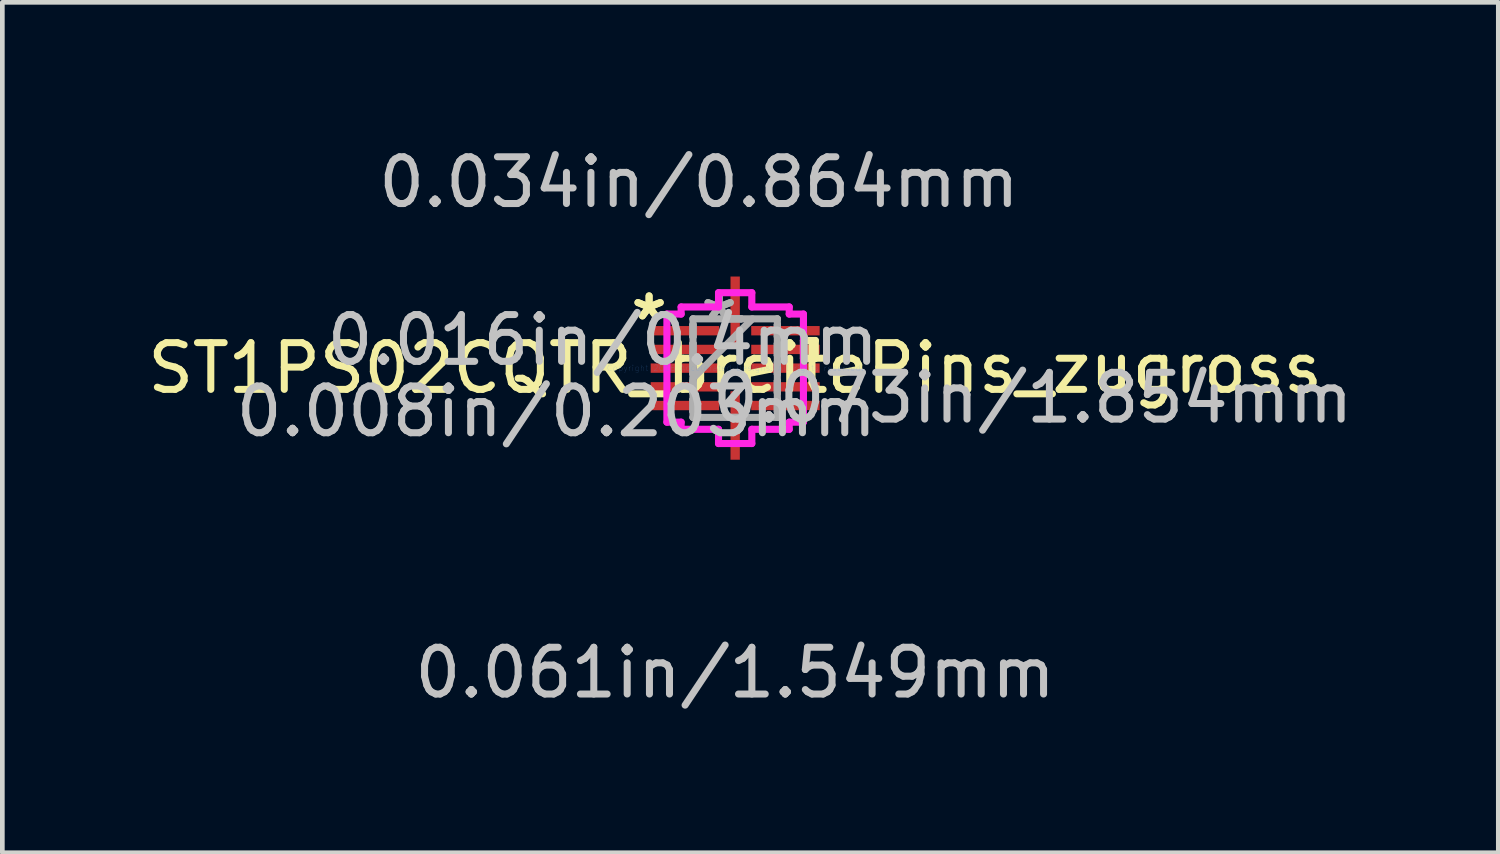
<source format=kicad_pcb>
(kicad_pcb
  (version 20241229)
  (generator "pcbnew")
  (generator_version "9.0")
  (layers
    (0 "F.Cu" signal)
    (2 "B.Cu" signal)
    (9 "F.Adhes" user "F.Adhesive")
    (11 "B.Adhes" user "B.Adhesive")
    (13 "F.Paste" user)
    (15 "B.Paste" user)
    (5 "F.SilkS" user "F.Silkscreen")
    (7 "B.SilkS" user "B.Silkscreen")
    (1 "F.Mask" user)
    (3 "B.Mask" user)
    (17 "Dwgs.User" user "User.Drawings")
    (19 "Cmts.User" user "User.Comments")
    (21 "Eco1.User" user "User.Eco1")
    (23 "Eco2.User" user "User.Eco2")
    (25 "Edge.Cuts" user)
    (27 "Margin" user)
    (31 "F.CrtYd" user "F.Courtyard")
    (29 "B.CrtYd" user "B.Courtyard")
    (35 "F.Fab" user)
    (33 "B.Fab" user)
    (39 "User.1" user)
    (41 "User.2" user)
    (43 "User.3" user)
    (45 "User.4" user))
  (footprint "ST1PS02CQTR_breitePins_zugross"
    (layer "F.Cu")
    (at 12.673 4.823)
    (property "Reference" "ST1PS02CQTR_breitePins_zugross" (at 0 0 0) (layer "F.SilkS") (effects (font (size 1 1) (thickness 0.15))))
    (attr through_hole)
    (fp_line (start 1.46 -0.591) (end 1.714 -0.591) (stroke (width 0.152) (type solid)) (layer "F.SilkS"))
    (fp_line (start 1.46 -0.21) (end 1.46 -0.591) (stroke (width 0.152) (type solid)) (layer "F.SilkS"))
    (fp_line (start 1.714 -0.591) (end 1.714 -0.21) (stroke (width 0.152) (type solid)) (layer "F.SilkS"))
    (fp_line (start 1.714 -0.21) (end 1.46 -0.21) (stroke (width 0.152) (type solid)) (layer "F.SilkS"))
    (fp_line (start -1.46 -1.156) (end -1.156 -1.156) (stroke (width 0.152) (type solid)) (layer "F.CrtYd"))
    (fp_line (start -1.46 1.156) (end -1.46 -1.156) (stroke (width 0.152) (type solid)) (layer "F.CrtYd"))
    (fp_line (start -1.156 -1.308) (end -0.356 -1.308) (stroke (width 0.152) (type solid)) (layer "F.CrtYd"))
    (fp_line (start -1.156 -1.156) (end -1.156 -1.308) (stroke (width 0.152) (type solid)) (layer "F.CrtYd"))
    (fp_line (start -1.156 1.156) (end -1.46 1.156) (stroke (width 0.152) (type solid)) (layer "F.CrtYd"))
    (fp_line (start -1.156 1.308) (end -1.156 1.156) (stroke (width 0.152) (type solid)) (layer "F.CrtYd"))
    (fp_line (start -0.356 -1.613) (end 0.356 -1.613) (stroke (width 0.152) (type solid)) (layer "F.CrtYd"))
    (fp_line (start -0.356 -1.308) (end -0.356 -1.613) (stroke (width 0.152) (type solid)) (layer "F.CrtYd"))
    (fp_line (start -0.356 1.308) (end -1.156 1.308) (stroke (width 0.152) (type solid)) (layer "F.CrtYd"))
    (fp_line (start -0.356 1.613) (end -0.356 1.308) (stroke (width 0.152) (type solid)) (layer "F.CrtYd"))
    (fp_line (start 0.356 -1.613) (end 0.356 -1.308) (stroke (width 0.152) (type solid)) (layer "F.CrtYd"))
    (fp_line (start 0.356 -1.308) (end 1.156 -1.308) (stroke (width 0.152) (type solid)) (layer "F.CrtYd"))
    (fp_line (start 0.356 1.308) (end 0.356 1.613) (stroke (width 0.152) (type solid)) (layer "F.CrtYd"))
    (fp_line (start 0.356 1.613) (end -0.356 1.613) (stroke (width 0.152) (type solid)) (layer "F.CrtYd"))
    (fp_line (start 1.156 -1.308) (end 1.156 -1.156) (stroke (width 0.152) (type solid)) (layer "F.CrtYd"))
    (fp_line (start 1.156 -1.156) (end 1.46 -1.156) (stroke (width 0.152) (type solid)) (layer "F.CrtYd"))
    (fp_line (start 1.156 1.156) (end 1.156 1.308) (stroke (width 0.152) (type solid)) (layer "F.CrtYd"))
    (fp_line (start 1.156 1.308) (end 0.356 1.308) (stroke (width 0.152) (type solid)) (layer "F.CrtYd"))
    (fp_line (start 1.46 -1.156) (end 1.46 1.156) (stroke (width 0.152) (type solid)) (layer "F.CrtYd"))
    (fp_line (start 1.46 1.156) (end 1.156 1.156) (stroke (width 0.152) (type solid)) (layer "F.CrtYd"))
    (fp_line (start -0.902 -1.054) (end -0.902 -1.054) (stroke (width 0.152) (type solid)) (layer "F.Fab"))
    (fp_line (start -0.902 -1.054) (end -0.902 1.054) (stroke (width 0.152) (type solid)) (layer "F.Fab"))
    (fp_line (start -0.902 -0.927) (end -0.902 -0.927) (stroke (width 0.152) (type solid)) (layer "F.Fab"))
    (fp_line (start -0.902 -0.927) (end -0.902 -0.673) (stroke (width 0.152) (type solid)) (layer "F.Fab"))
    (fp_line (start -0.902 -0.673) (end -0.902 -0.927) (stroke (width 0.152) (type solid)) (layer "F.Fab"))
    (fp_line (start -0.902 -0.673) (end -0.902 -0.673) (stroke (width 0.152) (type solid)) (layer "F.Fab"))
    (fp_line (start -0.902 -0.527) (end -0.902 -0.527) (stroke (width 0.152) (type solid)) (layer "F.Fab"))
    (fp_line (start -0.902 -0.527) (end -0.902 -0.273) (stroke (width 0.152) (type solid)) (layer "F.Fab"))
    (fp_line (start -0.902 -0.273) (end -0.902 -0.527) (stroke (width 0.152) (type solid)) (layer "F.Fab"))
    (fp_line (start -0.902 -0.273) (end -0.902 -0.273) (stroke (width 0.152) (type solid)) (layer "F.Fab"))
    (fp_line (start -0.902 -0.127) (end -0.902 -0.127) (stroke (width 0.152) (type solid)) (layer "F.Fab"))
    (fp_line (start -0.902 -0.127) (end -0.902 0.127) (stroke (width 0.152) (type solid)) (layer "F.Fab"))
    (fp_line (start -0.902 0.127) (end -0.902 -0.127) (stroke (width 0.152) (type solid)) (layer "F.Fab"))
    (fp_line (start -0.902 0.127) (end -0.902 0.127) (stroke (width 0.152) (type solid)) (layer "F.Fab"))
    (fp_line (start -0.902 0.216) (end 0.368 -1.054) (stroke (width 0.152) (type solid)) (layer "F.Fab"))
    (fp_line (start -0.902 0.273) (end -0.902 0.273) (stroke (width 0.152) (type solid)) (layer "F.Fab"))
    (fp_line (start -0.902 0.273) (end -0.902 0.527) (stroke (width 0.152) (type solid)) (layer "F.Fab"))
    (fp_line (start -0.902 0.527) (end -0.902 0.273) (stroke (width 0.152) (type solid)) (layer "F.Fab"))
    (fp_line (start -0.902 0.527) (end -0.902 0.527) (stroke (width 0.152) (type solid)) (layer "F.Fab"))
    (fp_line (start -0.902 0.673) (end -0.902 0.673) (stroke (width 0.152) (type solid)) (layer "F.Fab"))
    (fp_line (start -0.902 0.673) (end -0.902 0.927) (stroke (width 0.152) (type solid)) (layer "F.Fab"))
    (fp_line (start -0.902 0.927) (end -0.902 0.673) (stroke (width 0.152) (type solid)) (layer "F.Fab"))
    (fp_line (start -0.902 0.927) (end -0.902 0.927) (stroke (width 0.152) (type solid)) (layer "F.Fab"))
    (fp_line (start -0.902 1.054) (end -0.902 1.054) (stroke (width 0.152) (type solid)) (layer "F.Fab"))
    (fp_line (start -0.902 1.054) (end 0.902 1.054) (stroke (width 0.152) (type solid)) (layer "F.Fab"))
    (fp_line (start -0.127 -1.054) (end -0.127 -1.054) (stroke (width 0.152) (type solid)) (layer "F.Fab"))
    (fp_line (start -0.127 -1.054) (end 0.127 -1.054) (stroke (width 0.152) (type solid)) (layer "F.Fab"))
    (fp_line (start -0.127 1.054) (end -0.127 1.054) (stroke (width 0.152) (type solid)) (layer "F.Fab"))
    (fp_line (start -0.127 1.054) (end 0.127 1.054) (stroke (width 0.152) (type solid)) (layer "F.Fab"))
    (fp_line (start 0.127 -1.054) (end -0.127 -1.054) (stroke (width 0.152) (type solid)) (layer "F.Fab"))
    (fp_line (start 0.127 -1.054) (end 0.127 -1.054) (stroke (width 0.152) (type solid)) (layer "F.Fab"))
    (fp_line (start 0.127 1.054) (end -0.127 1.054) (stroke (width 0.152) (type solid)) (layer "F.Fab"))
    (fp_line (start 0.127 1.054) (end 0.127 1.054) (stroke (width 0.152) (type solid)) (layer "F.Fab"))
    (fp_line (start 0.902 -1.054) (end -0.902 -1.054) (stroke (width 0.152) (type solid)) (layer "F.Fab"))
    (fp_line (start 0.902 -1.054) (end 0.902 -1.054) (stroke (width 0.152) (type solid)) (layer "F.Fab"))
    (fp_line (start 0.902 -0.927) (end 0.902 -0.927) (stroke (width 0.152) (type solid)) (layer "F.Fab"))
    (fp_line (start 0.902 -0.927) (end 0.902 -0.673) (stroke (width 0.152) (type solid)) (layer "F.Fab"))
    (fp_line (start 0.902 -0.673) (end 0.902 -0.927) (stroke (width 0.152) (type solid)) (layer "F.Fab"))
    (fp_line (start 0.902 -0.673) (end 0.902 -0.673) (stroke (width 0.152) (type solid)) (layer "F.Fab"))
    (fp_line (start 0.902 -0.527) (end 0.902 -0.527) (stroke (width 0.152) (type solid)) (layer "F.Fab"))
    (fp_line (start 0.902 -0.527) (end 0.902 -0.273) (stroke (width 0.152) (type solid)) (layer "F.Fab"))
    (fp_line (start 0.902 -0.273) (end 0.902 -0.527) (stroke (width 0.152) (type solid)) (layer "F.Fab"))
    (fp_line (start 0.902 -0.273) (end 0.902 -0.273) (stroke (width 0.152) (type solid)) (layer "F.Fab"))
    (fp_line (start 0.902 -0.127) (end 0.902 -0.127) (stroke (width 0.152) (type solid)) (layer "F.Fab"))
    (fp_line (start 0.902 -0.127) (end 0.902 0.127) (stroke (width 0.152) (type solid)) (layer "F.Fab"))
    (fp_line (start 0.902 0.127) (end 0.902 -0.127) (stroke (width 0.152) (type solid)) (layer "F.Fab"))
    (fp_line (start 0.902 0.127) (end 0.902 0.127) (stroke (width 0.152) (type solid)) (layer "F.Fab"))
    (fp_line (start 0.902 0.273) (end 0.902 0.273) (stroke (width 0.152) (type solid)) (layer "F.Fab"))
    (fp_line (start 0.902 0.273) (end 0.902 0.527) (stroke (width 0.152) (type solid)) (layer "F.Fab"))
    (fp_line (start 0.902 0.527) (end 0.902 0.273) (stroke (width 0.152) (type solid)) (layer "F.Fab"))
    (fp_line (start 0.902 0.527) (end 0.902 0.527) (stroke (width 0.152) (type solid)) (layer "F.Fab"))
    (fp_line (start 0.902 0.673) (end 0.902 0.673) (stroke (width 0.152) (type solid)) (layer "F.Fab"))
    (fp_line (start 0.902 0.673) (end 0.902 0.927) (stroke (width 0.152) (type solid)) (layer "F.Fab"))
    (fp_line (start 0.902 0.927) (end 0.902 0.673) (stroke (width 0.152) (type solid)) (layer "F.Fab"))
    (fp_line (start 0.902 0.927) (end 0.902 0.927) (stroke (width 0.152) (type solid)) (layer "F.Fab"))
    (fp_line (start 0.902 1.054) (end 0.902 -1.054) (stroke (width 0.152) (type solid)) (layer "F.Fab"))
    (fp_line (start 0.902 1.054) (end 0.902 1.054) (stroke (width 0.152) (type solid)) (layer "F.Fab"))
    (fp_text user "*" (at -1.841 -1 0) (layer "F.SilkS") (effects (font (size 1 1) (thickness 0.15))))
    (fp_text user "*" (at -1.841 -1 0) (layer "F.SilkS") (effects (font (size 1 1) (thickness 0.15))))
    (fp_text user "0.008in/0.203mm" (at -3.823 0.927 0) (layer "Dwgs.User") (effects (font (size 1 1) (thickness 0.15))))
    (fp_text user "0.073in/1.854mm" (at 6.363 0.635 0) (layer "Dwgs.User") (effects (font (size 1 1) (thickness 0.15))))
    (fp_text user "0.034in/0.864mm" (at -0.775 -3.975 0) (layer "Dwgs.User") (effects (font (size 1 1) (thickness 0.15))))
    (fp_text user "0.061in/1.549mm" (at 0 6.515 0) (layer "Dwgs.User") (effects (font (size 1 1) (thickness 0.15))))
    (fp_text user "0.016in/0.4mm" (at -2.832 -0.6 0) (layer "Dwgs.User") (effects (font (size 1 1) (thickness 0.15))))
    (fp_text user "Copyright 2016 Accelerated Designs. All rights reserved." (at 0 0 0) (layer "Cmts.User") (effects (font (size 0.127 0.127) (thickness 0.002))))
    (fp_text user "*" (at -0.343 -1 0) (layer "F.Fab") (effects (font (size 1 1) (thickness 0.15))))
    (fp_text user "*" (at -0.343 -1 0) (layer "F.Fab") (effects (font (size 1 1) (thickness 0.15))))
    (pad "1" smd rect (at -1.075 -0.8 90) (size 0.2 1.464) (layers "F.Cu" "F.Mask" "F.Paste"))
    (pad "2" smd rect (at -1.075 -0.4 90) (size 0.2 1.464) (layers "F.Cu" "F.Mask" "F.Paste"))
    (pad "3" smd rect (at -1.075 0 90) (size 0.2 1.464) (layers "F.Cu" "F.Mask" "F.Paste"))
    (pad "4" smd rect (at -1.075 0.4 90) (size 0.2 1.464) (layers "F.Cu" "F.Mask" "F.Paste"))
    (pad "5" smd rect (at -1.075 0.8 90) (size 0.2 1.464) (layers "F.Cu" "F.Mask" "F.Paste"))
    (pad "6" smd rect (at 0 1.227) (size 0.2 1.464) (layers "F.Cu" "F.Mask" "F.Paste"))
    (pad "7" smd rect (at 1.075 0.8 90) (size 0.2 1.464) (layers "F.Cu" "F.Mask" "F.Paste"))
    (pad "8" smd rect (at 1.075 0.4 90) (size 0.2 1.464) (layers "F.Cu" "F.Mask" "F.Paste"))
    (pad "9" smd rect (at 1.075 0 90) (size 0.2 1.464) (layers "F.Cu" "F.Mask" "F.Paste"))
    (pad "10" smd rect (at 1.075 -0.4 90) (size 0.2 1.464) (layers "F.Cu" "F.Mask" "F.Paste"))
    (pad "11" smd rect (at 1.075 -0.8 90) (size 0.2 1.464) (layers "F.Cu" "F.Mask" "F.Paste"))
    (pad "12" smd rect (at 0 -1.227) (size 0.2 1.464) (layers "F.Cu" "F.Mask" "F.Paste")))
  (gr_rect
    (start -3 -3)
    (end 28.994 15.187)
    (stroke (width 0.1) (type default))
    (fill no)
    (layer "Edge.Cuts")))
</source>
